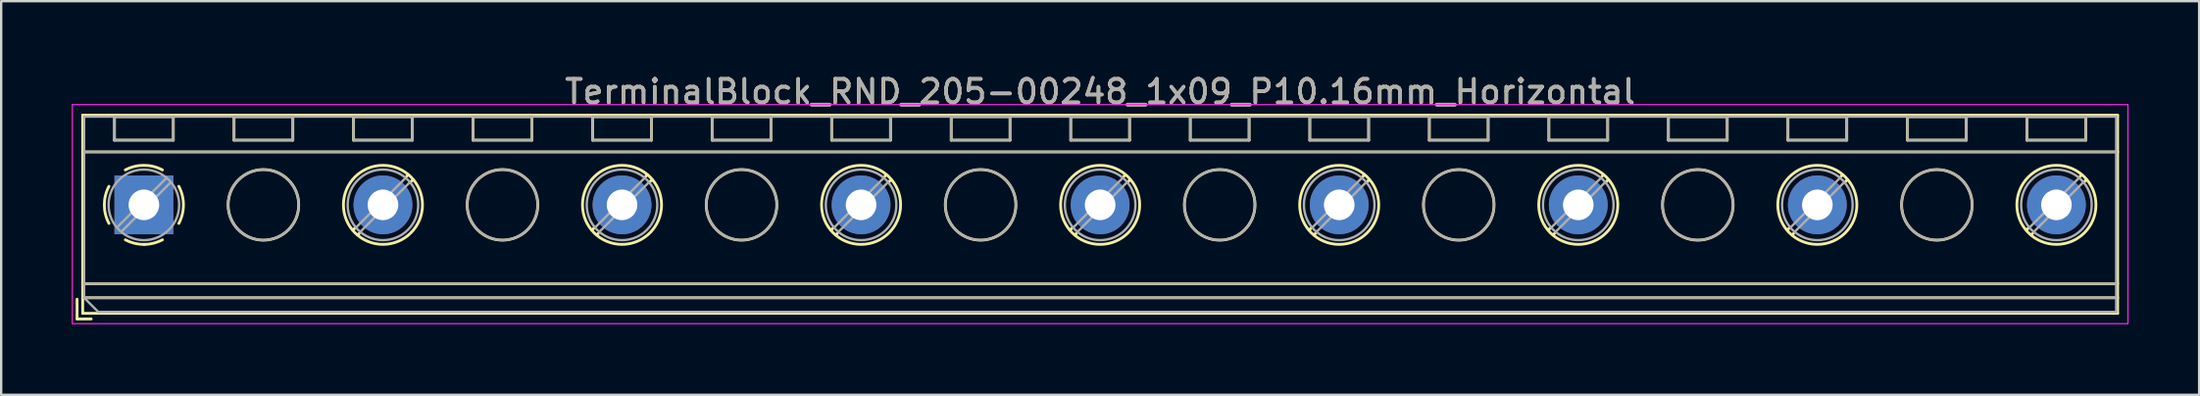
<source format=kicad_pcb>
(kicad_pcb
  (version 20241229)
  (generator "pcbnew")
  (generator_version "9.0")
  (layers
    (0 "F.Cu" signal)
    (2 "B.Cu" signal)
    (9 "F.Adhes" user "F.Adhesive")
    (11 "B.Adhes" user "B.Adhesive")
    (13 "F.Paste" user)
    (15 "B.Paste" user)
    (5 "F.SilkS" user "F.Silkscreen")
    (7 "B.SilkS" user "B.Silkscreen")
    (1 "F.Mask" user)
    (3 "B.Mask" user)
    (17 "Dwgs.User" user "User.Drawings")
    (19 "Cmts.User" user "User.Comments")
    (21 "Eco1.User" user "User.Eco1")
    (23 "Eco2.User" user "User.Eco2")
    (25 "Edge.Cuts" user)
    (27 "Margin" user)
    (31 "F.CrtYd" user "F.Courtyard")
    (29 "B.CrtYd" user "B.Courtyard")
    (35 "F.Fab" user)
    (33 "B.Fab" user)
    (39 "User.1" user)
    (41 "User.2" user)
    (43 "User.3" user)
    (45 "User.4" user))
  (footprint "TerminalBlock_RND_205-00248_1x09_P10.16mm_Horizontal"
    (layer "F.Cu")
    (at 3.065 5.658)
    (property "Reference" "TerminalBlock_RND_205-00248_1x09_P10.16mm_Horizontal" (at 40.64 -4.81 0) (layer "F.SilkS") (effects (font (size 1 1) (thickness 0.15))))
    (attr through_hole)
    (fp_line (start -2.84 4.01) (end -2.84 4.85) (stroke (width 0.12) (type solid)) (layer "F.SilkS"))
    (fp_line (start -2.84 4.85) (end -2.24 4.85) (stroke (width 0.12) (type solid)) (layer "F.SilkS"))
    (fp_line (start -2.6 -3.811) (end -2.6 4.61) (stroke (width 0.12) (type solid)) (layer "F.SilkS"))
    (fp_line (start -2.6 -3.811) (end 83.881 -3.811) (stroke (width 0.12) (type solid)) (layer "F.SilkS"))
    (fp_line (start -2.6 -2.251) (end 83.881 -2.251) (stroke (width 0.12) (type solid)) (layer "F.SilkS"))
    (fp_line (start -2.6 3.35) (end 83.881 3.35) (stroke (width 0.12) (type solid)) (layer "F.SilkS"))
    (fp_line (start -2.6 3.95) (end 83.881 3.95) (stroke (width 0.12) (type solid)) (layer "F.SilkS"))
    (fp_line (start -2.6 4.61) (end 83.881 4.61) (stroke (width 0.12) (type solid)) (layer "F.SilkS"))
    (fp_line (start -1.25 -3.751) (end -1.25 -2.751) (stroke (width 0.12) (type solid)) (layer "F.SilkS"))
    (fp_line (start -1.25 -3.751) (end 1.25 -3.751) (stroke (width 0.12) (type solid)) (layer "F.SilkS"))
    (fp_line (start -1.25 -2.751) (end 1.25 -2.751) (stroke (width 0.12) (type solid)) (layer "F.SilkS"))
    (fp_line (start 1.25 -3.751) (end 1.25 -2.751) (stroke (width 0.12) (type solid)) (layer "F.SilkS"))
    (fp_line (start 3.83 -3.751) (end 3.83 -2.751) (stroke (width 0.12) (type solid)) (layer "F.SilkS"))
    (fp_line (start 3.83 -3.751) (end 6.33 -3.751) (stroke (width 0.12) (type solid)) (layer "F.SilkS"))
    (fp_line (start 3.83 -2.751) (end 6.33 -2.751) (stroke (width 0.12) (type solid)) (layer "F.SilkS"))
    (fp_line (start 6.33 -3.751) (end 6.33 -2.751) (stroke (width 0.12) (type solid)) (layer "F.SilkS"))
    (fp_line (start 8.91 -3.751) (end 8.91 -2.751) (stroke (width 0.12) (type solid)) (layer "F.SilkS"))
    (fp_line (start 8.91 -3.751) (end 11.41 -3.751) (stroke (width 0.12) (type solid)) (layer "F.SilkS"))
    (fp_line (start 8.91 -2.751) (end 11.41 -2.751) (stroke (width 0.12) (type solid)) (layer "F.SilkS"))
    (fp_line (start 8.98 0.976) (end 8.886 1.069) (stroke (width 0.12) (type solid)) (layer "F.SilkS"))
    (fp_line (start 9.15 1.216) (end 9.091 1.274) (stroke (width 0.12) (type solid)) (layer "F.SilkS"))
    (fp_line (start 11.23 -1.275) (end 11.171 -1.216) (stroke (width 0.12) (type solid)) (layer "F.SilkS"))
    (fp_line (start 11.41 -3.751) (end 11.41 -2.751) (stroke (width 0.12) (type solid)) (layer "F.SilkS"))
    (fp_line (start 11.435 -1.069) (end 11.341 -0.976) (stroke (width 0.12) (type solid)) (layer "F.SilkS"))
    (fp_line (start 13.99 -3.751) (end 13.99 -2.751) (stroke (width 0.12) (type solid)) (layer "F.SilkS"))
    (fp_line (start 13.99 -3.751) (end 16.49 -3.751) (stroke (width 0.12) (type solid)) (layer "F.SilkS"))
    (fp_line (start 13.99 -2.751) (end 16.49 -2.751) (stroke (width 0.12) (type solid)) (layer "F.SilkS"))
    (fp_line (start 16.49 -3.751) (end 16.49 -2.751) (stroke (width 0.12) (type solid)) (layer "F.SilkS"))
    (fp_line (start 19.07 -3.751) (end 19.07 -2.751) (stroke (width 0.12) (type solid)) (layer "F.SilkS"))
    (fp_line (start 19.07 -3.751) (end 21.57 -3.751) (stroke (width 0.12) (type solid)) (layer "F.SilkS"))
    (fp_line (start 19.07 -2.751) (end 21.57 -2.751) (stroke (width 0.12) (type solid)) (layer "F.SilkS"))
    (fp_line (start 19.14 0.976) (end 19.046 1.069) (stroke (width 0.12) (type solid)) (layer "F.SilkS"))
    (fp_line (start 19.31 1.216) (end 19.251 1.274) (stroke (width 0.12) (type solid)) (layer "F.SilkS"))
    (fp_line (start 21.39 -1.275) (end 21.331 -1.216) (stroke (width 0.12) (type solid)) (layer "F.SilkS"))
    (fp_line (start 21.57 -3.751) (end 21.57 -2.751) (stroke (width 0.12) (type solid)) (layer "F.SilkS"))
    (fp_line (start 21.595 -1.069) (end 21.501 -0.976) (stroke (width 0.12) (type solid)) (layer "F.SilkS"))
    (fp_line (start 24.15 -3.751) (end 24.15 -2.751) (stroke (width 0.12) (type solid)) (layer "F.SilkS"))
    (fp_line (start 24.15 -3.751) (end 26.65 -3.751) (stroke (width 0.12) (type solid)) (layer "F.SilkS"))
    (fp_line (start 24.15 -2.751) (end 26.65 -2.751) (stroke (width 0.12) (type solid)) (layer "F.SilkS"))
    (fp_line (start 26.65 -3.751) (end 26.65 -2.751) (stroke (width 0.12) (type solid)) (layer "F.SilkS"))
    (fp_line (start 29.23 -3.751) (end 29.23 -2.751) (stroke (width 0.12) (type solid)) (layer "F.SilkS"))
    (fp_line (start 29.23 -3.751) (end 31.73 -3.751) (stroke (width 0.12) (type solid)) (layer "F.SilkS"))
    (fp_line (start 29.23 -2.751) (end 31.73 -2.751) (stroke (width 0.12) (type solid)) (layer "F.SilkS"))
    (fp_line (start 29.3 0.976) (end 29.206 1.069) (stroke (width 0.12) (type solid)) (layer "F.SilkS"))
    (fp_line (start 29.47 1.216) (end 29.411 1.274) (stroke (width 0.12) (type solid)) (layer "F.SilkS"))
    (fp_line (start 31.55 -1.275) (end 31.491 -1.216) (stroke (width 0.12) (type solid)) (layer "F.SilkS"))
    (fp_line (start 31.73 -3.751) (end 31.73 -2.751) (stroke (width 0.12) (type solid)) (layer "F.SilkS"))
    (fp_line (start 31.755 -1.069) (end 31.661 -0.976) (stroke (width 0.12) (type solid)) (layer "F.SilkS"))
    (fp_line (start 34.31 -3.751) (end 34.31 -2.751) (stroke (width 0.12) (type solid)) (layer "F.SilkS"))
    (fp_line (start 34.31 -3.751) (end 36.81 -3.751) (stroke (width 0.12) (type solid)) (layer "F.SilkS"))
    (fp_line (start 34.31 -2.751) (end 36.81 -2.751) (stroke (width 0.12) (type solid)) (layer "F.SilkS"))
    (fp_line (start 36.81 -3.751) (end 36.81 -2.751) (stroke (width 0.12) (type solid)) (layer "F.SilkS"))
    (fp_line (start 39.39 -3.751) (end 39.39 -2.751) (stroke (width 0.12) (type solid)) (layer "F.SilkS"))
    (fp_line (start 39.39 -3.751) (end 41.89 -3.751) (stroke (width 0.12) (type solid)) (layer "F.SilkS"))
    (fp_line (start 39.39 -2.751) (end 41.89 -2.751) (stroke (width 0.12) (type solid)) (layer "F.SilkS"))
    (fp_line (start 39.46 0.976) (end 39.366 1.069) (stroke (width 0.12) (type solid)) (layer "F.SilkS"))
    (fp_line (start 39.63 1.216) (end 39.571 1.274) (stroke (width 0.12) (type solid)) (layer "F.SilkS"))
    (fp_line (start 41.71 -1.275) (end 41.651 -1.216) (stroke (width 0.12) (type solid)) (layer "F.SilkS"))
    (fp_line (start 41.89 -3.751) (end 41.89 -2.751) (stroke (width 0.12) (type solid)) (layer "F.SilkS"))
    (fp_line (start 41.915 -1.069) (end 41.821 -0.976) (stroke (width 0.12) (type solid)) (layer "F.SilkS"))
    (fp_line (start 44.47 -3.751) (end 44.47 -2.751) (stroke (width 0.12) (type solid)) (layer "F.SilkS"))
    (fp_line (start 44.47 -3.751) (end 46.97 -3.751) (stroke (width 0.12) (type solid)) (layer "F.SilkS"))
    (fp_line (start 44.47 -2.751) (end 46.97 -2.751) (stroke (width 0.12) (type solid)) (layer "F.SilkS"))
    (fp_line (start 46.97 -3.751) (end 46.97 -2.751) (stroke (width 0.12) (type solid)) (layer "F.SilkS"))
    (fp_line (start 49.55 -3.751) (end 49.55 -2.751) (stroke (width 0.12) (type solid)) (layer "F.SilkS"))
    (fp_line (start 49.55 -3.751) (end 52.05 -3.751) (stroke (width 0.12) (type solid)) (layer "F.SilkS"))
    (fp_line (start 49.55 -2.751) (end 52.05 -2.751) (stroke (width 0.12) (type solid)) (layer "F.SilkS"))
    (fp_line (start 49.62 0.976) (end 49.526 1.069) (stroke (width 0.12) (type solid)) (layer "F.SilkS"))
    (fp_line (start 49.79 1.216) (end 49.731 1.274) (stroke (width 0.12) (type solid)) (layer "F.SilkS"))
    (fp_line (start 51.87 -1.275) (end 51.811 -1.216) (stroke (width 0.12) (type solid)) (layer "F.SilkS"))
    (fp_line (start 52.05 -3.751) (end 52.05 -2.751) (stroke (width 0.12) (type solid)) (layer "F.SilkS"))
    (fp_line (start 52.075 -1.069) (end 51.981 -0.976) (stroke (width 0.12) (type solid)) (layer "F.SilkS"))
    (fp_line (start 54.63 -3.751) (end 54.63 -2.751) (stroke (width 0.12) (type solid)) (layer "F.SilkS"))
    (fp_line (start 54.63 -3.751) (end 57.13 -3.751) (stroke (width 0.12) (type solid)) (layer "F.SilkS"))
    (fp_line (start 54.63 -2.751) (end 57.13 -2.751) (stroke (width 0.12) (type solid)) (layer "F.SilkS"))
    (fp_line (start 57.13 -3.751) (end 57.13 -2.751) (stroke (width 0.12) (type solid)) (layer "F.SilkS"))
    (fp_line (start 59.71 -3.751) (end 59.71 -2.751) (stroke (width 0.12) (type solid)) (layer "F.SilkS"))
    (fp_line (start 59.71 -3.751) (end 62.21 -3.751) (stroke (width 0.12) (type solid)) (layer "F.SilkS"))
    (fp_line (start 59.71 -2.751) (end 62.21 -2.751) (stroke (width 0.12) (type solid)) (layer "F.SilkS"))
    (fp_line (start 59.78 0.976) (end 59.686 1.069) (stroke (width 0.12) (type solid)) (layer "F.SilkS"))
    (fp_line (start 59.95 1.216) (end 59.891 1.274) (stroke (width 0.12) (type solid)) (layer "F.SilkS"))
    (fp_line (start 62.03 -1.275) (end 61.971 -1.216) (stroke (width 0.12) (type solid)) (layer "F.SilkS"))
    (fp_line (start 62.21 -3.751) (end 62.21 -2.751) (stroke (width 0.12) (type solid)) (layer "F.SilkS"))
    (fp_line (start 62.235 -1.069) (end 62.141 -0.976) (stroke (width 0.12) (type solid)) (layer "F.SilkS"))
    (fp_line (start 64.791 -3.751) (end 64.791 -2.751) (stroke (width 0.12) (type solid)) (layer "F.SilkS"))
    (fp_line (start 64.791 -3.751) (end 67.29 -3.751) (stroke (width 0.12) (type solid)) (layer "F.SilkS"))
    (fp_line (start 64.791 -2.751) (end 67.29 -2.751) (stroke (width 0.12) (type solid)) (layer "F.SilkS"))
    (fp_line (start 67.29 -3.751) (end 67.29 -2.751) (stroke (width 0.12) (type solid)) (layer "F.SilkS"))
    (fp_line (start 69.87 -3.751) (end 69.87 -2.751) (stroke (width 0.12) (type solid)) (layer "F.SilkS"))
    (fp_line (start 69.87 -3.751) (end 72.37 -3.751) (stroke (width 0.12) (type solid)) (layer "F.SilkS"))
    (fp_line (start 69.87 -2.751) (end 72.37 -2.751) (stroke (width 0.12) (type solid)) (layer "F.SilkS"))
    (fp_line (start 69.94 0.976) (end 69.846 1.069) (stroke (width 0.12) (type solid)) (layer "F.SilkS"))
    (fp_line (start 70.11 1.216) (end 70.051 1.274) (stroke (width 0.12) (type solid)) (layer "F.SilkS"))
    (fp_line (start 72.19 -1.275) (end 72.131 -1.216) (stroke (width 0.12) (type solid)) (layer "F.SilkS"))
    (fp_line (start 72.37 -3.751) (end 72.37 -2.751) (stroke (width 0.12) (type solid)) (layer "F.SilkS"))
    (fp_line (start 72.395 -1.069) (end 72.301 -0.976) (stroke (width 0.12) (type solid)) (layer "F.SilkS"))
    (fp_line (start 74.95 -3.751) (end 74.95 -2.751) (stroke (width 0.12) (type solid)) (layer "F.SilkS"))
    (fp_line (start 74.95 -3.751) (end 77.45 -3.751) (stroke (width 0.12) (type solid)) (layer "F.SilkS"))
    (fp_line (start 74.95 -2.751) (end 77.45 -2.751) (stroke (width 0.12) (type solid)) (layer "F.SilkS"))
    (fp_line (start 77.45 -3.751) (end 77.45 -2.751) (stroke (width 0.12) (type solid)) (layer "F.SilkS"))
    (fp_line (start 80.03 -3.751) (end 80.03 -2.751) (stroke (width 0.12) (type solid)) (layer "F.SilkS"))
    (fp_line (start 80.03 -3.751) (end 82.53 -3.751) (stroke (width 0.12) (type solid)) (layer "F.SilkS"))
    (fp_line (start 80.03 -2.751) (end 82.53 -2.751) (stroke (width 0.12) (type solid)) (layer "F.SilkS"))
    (fp_line (start 80.1 0.976) (end 80.006 1.069) (stroke (width 0.12) (type solid)) (layer "F.SilkS"))
    (fp_line (start 80.27 1.216) (end 80.211 1.274) (stroke (width 0.12) (type solid)) (layer "F.SilkS"))
    (fp_line (start 82.35 -1.275) (end 82.291 -1.216) (stroke (width 0.12) (type solid)) (layer "F.SilkS"))
    (fp_line (start 82.53 -3.751) (end 82.53 -2.751) (stroke (width 0.12) (type solid)) (layer "F.SilkS"))
    (fp_line (start 82.555 -1.069) (end 82.461 -0.976) (stroke (width 0.12) (type solid)) (layer "F.SilkS"))
    (fp_line (start 83.881 -3.811) (end 83.881 4.61) (stroke (width 0.12) (type solid)) (layer "F.SilkS"))
    (fp_arc (start -1.483953 0.789089) (mid -1.680708 0.00005) (end -1.484 -0.789) (stroke (width 0.12) (type solid)) (layer "F.SilkS"))
    (fp_arc (start -0.789089 -1.483953) (mid -0.00005 -1.680708) (end 0.789 -1.484) (stroke (width 0.12) (type solid)) (layer "F.SilkS"))
    (fp_arc (start 0.029383 1.68045) (mid -0.392304 1.634281) (end -0.789 1.484) (stroke (width 0.12) (type solid)) (layer "F.SilkS"))
    (fp_arc (start 0.788712 1.483352) (mid 0.406429 1.630097) (end 0 1.68) (stroke (width 0.12) (type solid)) (layer "F.SilkS"))
    (fp_arc (start 1.483953 -0.789089) (mid 1.680708 -0.00005) (end 1.484 0.789) (stroke (width 0.12) (type solid)) (layer "F.SilkS"))
    (fp_circle (center 5.08 0) (end 6.58 0) (stroke (width 0.12) (type solid)) (fill no) (layer "F.SilkS"))
    (fp_circle (center 10.16 0) (end 11.84 0) (stroke (width 0.12) (type solid)) (fill no) (layer "F.SilkS"))
    (fp_circle (center 15.24 0) (end 16.74 0) (stroke (width 0.12) (type solid)) (fill no) (layer "F.SilkS"))
    (fp_circle (center 20.32 0) (end 22 0) (stroke (width 0.12) (type solid)) (fill no) (layer "F.SilkS"))
    (fp_circle (center 25.4 0) (end 26.9 0) (stroke (width 0.12) (type solid)) (fill no) (layer "F.SilkS"))
    (fp_circle (center 30.48 0) (end 32.16 0) (stroke (width 0.12) (type solid)) (fill no) (layer "F.SilkS"))
    (fp_circle (center 35.56 0) (end 37.06 0) (stroke (width 0.12) (type solid)) (fill no) (layer "F.SilkS"))
    (fp_circle (center 40.64 0) (end 42.32 0) (stroke (width 0.12) (type solid)) (fill no) (layer "F.SilkS"))
    (fp_circle (center 45.72 0) (end 47.22 0) (stroke (width 0.12) (type solid)) (fill no) (layer "F.SilkS"))
    (fp_circle (center 50.8 0) (end 52.48 0) (stroke (width 0.12) (type solid)) (fill no) (layer "F.SilkS"))
    (fp_circle (center 55.88 0) (end 57.38 0) (stroke (width 0.12) (type solid)) (fill no) (layer "F.SilkS"))
    (fp_circle (center 60.96 0) (end 62.64 0) (stroke (width 0.12) (type solid)) (fill no) (layer "F.SilkS"))
    (fp_circle (center 66.04 0) (end 67.54 0) (stroke (width 0.12) (type solid)) (fill no) (layer "F.SilkS"))
    (fp_circle (center 71.12 0) (end 72.8 0) (stroke (width 0.12) (type solid)) (fill no) (layer "F.SilkS"))
    (fp_circle (center 76.2 0) (end 77.7 0) (stroke (width 0.12) (type solid)) (fill no) (layer "F.SilkS"))
    (fp_circle (center 81.28 0) (end 82.96 0) (stroke (width 0.12) (type solid)) (fill no) (layer "F.SilkS"))
    (fp_line (start -3.04 -4.26) (end -3.04 5.05) (stroke (width 0.05) (type solid)) (layer "F.CrtYd"))
    (fp_line (start -3.04 5.05) (end 84.32 5.05) (stroke (width 0.05) (type solid)) (layer "F.CrtYd"))
    (fp_line (start 84.32 -4.26) (end -3.04 -4.26) (stroke (width 0.05) (type solid)) (layer "F.CrtYd"))
    (fp_line (start 84.32 5.05) (end 84.32 -4.26) (stroke (width 0.05) (type solid)) (layer "F.CrtYd"))
    (fp_line (start -2.54 -3.75) (end 83.82 -3.75) (stroke (width 0.1) (type solid)) (layer "F.Fab"))
    (fp_line (start -2.54 -2.25) (end 83.82 -2.25) (stroke (width 0.1) (type solid)) (layer "F.Fab"))
    (fp_line (start -2.54 3.35) (end 83.82 3.35) (stroke (width 0.1) (type solid)) (layer "F.Fab"))
    (fp_line (start -2.54 3.95) (end -2.54 -3.75) (stroke (width 0.1) (type solid)) (layer "F.Fab"))
    (fp_line (start -2.54 3.95) (end 83.82 3.95) (stroke (width 0.1) (type solid)) (layer "F.Fab"))
    (fp_line (start -1.94 4.55) (end -2.54 3.95) (stroke (width 0.1) (type solid)) (layer "F.Fab"))
    (fp_line (start -1.25 -3.75) (end -1.25 -2.75) (stroke (width 0.1) (type solid)) (layer "F.Fab"))
    (fp_line (start -1.25 -2.75) (end 1.25 -2.75) (stroke (width 0.1) (type solid)) (layer "F.Fab"))
    (fp_line (start 0.955 -1.138) (end -1.138 0.955) (stroke (width 0.1) (type solid)) (layer "F.Fab"))
    (fp_line (start 1.138 -0.955) (end -0.955 1.138) (stroke (width 0.1) (type solid)) (layer "F.Fab"))
    (fp_line (start 1.25 -3.75) (end -1.25 -3.75) (stroke (width 0.1) (type solid)) (layer "F.Fab"))
    (fp_line (start 1.25 -2.75) (end 1.25 -3.75) (stroke (width 0.1) (type solid)) (layer "F.Fab"))
    (fp_line (start 3.83 -3.75) (end 3.83 -2.75) (stroke (width 0.1) (type solid)) (layer "F.Fab"))
    (fp_line (start 3.83 -2.75) (end 6.33 -2.75) (stroke (width 0.1) (type solid)) (layer "F.Fab"))
    (fp_line (start 6.33 -3.75) (end 3.83 -3.75) (stroke (width 0.1) (type solid)) (layer "F.Fab"))
    (fp_line (start 6.33 -2.75) (end 6.33 -3.75) (stroke (width 0.1) (type solid)) (layer "F.Fab"))
    (fp_line (start 8.91 -3.75) (end 8.91 -2.75) (stroke (width 0.1) (type solid)) (layer "F.Fab"))
    (fp_line (start 8.91 -2.75) (end 11.41 -2.75) (stroke (width 0.1) (type solid)) (layer "F.Fab"))
    (fp_line (start 11.115 -1.138) (end 9.023 0.955) (stroke (width 0.1) (type solid)) (layer "F.Fab"))
    (fp_line (start 11.298 -0.955) (end 9.206 1.138) (stroke (width 0.1) (type solid)) (layer "F.Fab"))
    (fp_line (start 11.41 -3.75) (end 8.91 -3.75) (stroke (width 0.1) (type solid)) (layer "F.Fab"))
    (fp_line (start 11.41 -2.75) (end 11.41 -3.75) (stroke (width 0.1) (type solid)) (layer "F.Fab"))
    (fp_line (start 13.99 -3.75) (end 13.99 -2.75) (stroke (width 0.1) (type solid)) (layer "F.Fab"))
    (fp_line (start 13.99 -2.75) (end 16.49 -2.75) (stroke (width 0.1) (type solid)) (layer "F.Fab"))
    (fp_line (start 16.49 -3.75) (end 13.99 -3.75) (stroke (width 0.1) (type solid)) (layer "F.Fab"))
    (fp_line (start 16.49 -2.75) (end 16.49 -3.75) (stroke (width 0.1) (type solid)) (layer "F.Fab"))
    (fp_line (start 19.07 -3.75) (end 19.07 -2.75) (stroke (width 0.1) (type solid)) (layer "F.Fab"))
    (fp_line (start 19.07 -2.75) (end 21.57 -2.75) (stroke (width 0.1) (type solid)) (layer "F.Fab"))
    (fp_line (start 21.275 -1.138) (end 19.183 0.955) (stroke (width 0.1) (type solid)) (layer "F.Fab"))
    (fp_line (start 21.458 -0.955) (end 19.366 1.138) (stroke (width 0.1) (type solid)) (layer "F.Fab"))
    (fp_line (start 21.57 -3.75) (end 19.07 -3.75) (stroke (width 0.1) (type solid)) (layer "F.Fab"))
    (fp_line (start 21.57 -2.75) (end 21.57 -3.75) (stroke (width 0.1) (type solid)) (layer "F.Fab"))
    (fp_line (start 24.15 -3.75) (end 24.15 -2.75) (stroke (width 0.1) (type solid)) (layer "F.Fab"))
    (fp_line (start 24.15 -2.75) (end 26.65 -2.75) (stroke (width 0.1) (type solid)) (layer "F.Fab"))
    (fp_line (start 26.65 -3.75) (end 24.15 -3.75) (stroke (width 0.1) (type solid)) (layer "F.Fab"))
    (fp_line (start 26.65 -2.75) (end 26.65 -3.75) (stroke (width 0.1) (type solid)) (layer "F.Fab"))
    (fp_line (start 29.23 -3.75) (end 29.23 -2.75) (stroke (width 0.1) (type solid)) (layer "F.Fab"))
    (fp_line (start 29.23 -2.75) (end 31.73 -2.75) (stroke (width 0.1) (type solid)) (layer "F.Fab"))
    (fp_line (start 31.435 -1.138) (end 29.343 0.955) (stroke (width 0.1) (type solid)) (layer "F.Fab"))
    (fp_line (start 31.618 -0.955) (end 29.526 1.138) (stroke (width 0.1) (type solid)) (layer "F.Fab"))
    (fp_line (start 31.73 -3.75) (end 29.23 -3.75) (stroke (width 0.1) (type solid)) (layer "F.Fab"))
    (fp_line (start 31.73 -2.75) (end 31.73 -3.75) (stroke (width 0.1) (type solid)) (layer "F.Fab"))
    (fp_line (start 34.31 -3.75) (end 34.31 -2.75) (stroke (width 0.1) (type solid)) (layer "F.Fab"))
    (fp_line (start 34.31 -2.75) (end 36.81 -2.75) (stroke (width 0.1) (type solid)) (layer "F.Fab"))
    (fp_line (start 36.81 -3.75) (end 34.31 -3.75) (stroke (width 0.1) (type solid)) (layer "F.Fab"))
    (fp_line (start 36.81 -2.75) (end 36.81 -3.75) (stroke (width 0.1) (type solid)) (layer "F.Fab"))
    (fp_line (start 39.39 -3.75) (end 39.39 -2.75) (stroke (width 0.1) (type solid)) (layer "F.Fab"))
    (fp_line (start 39.39 -2.75) (end 41.89 -2.75) (stroke (width 0.1) (type solid)) (layer "F.Fab"))
    (fp_line (start 41.595 -1.138) (end 39.503 0.955) (stroke (width 0.1) (type solid)) (layer "F.Fab"))
    (fp_line (start 41.778 -0.955) (end 39.686 1.138) (stroke (width 0.1) (type solid)) (layer "F.Fab"))
    (fp_line (start 41.89 -3.75) (end 39.39 -3.75) (stroke (width 0.1) (type solid)) (layer "F.Fab"))
    (fp_line (start 41.89 -2.75) (end 41.89 -3.75) (stroke (width 0.1) (type solid)) (layer "F.Fab"))
    (fp_line (start 44.47 -3.75) (end 44.47 -2.75) (stroke (width 0.1) (type solid)) (layer "F.Fab"))
    (fp_line (start 44.47 -2.75) (end 46.97 -2.75) (stroke (width 0.1) (type solid)) (layer "F.Fab"))
    (fp_line (start 46.97 -3.75) (end 44.47 -3.75) (stroke (width 0.1) (type solid)) (layer "F.Fab"))
    (fp_line (start 46.97 -2.75) (end 46.97 -3.75) (stroke (width 0.1) (type solid)) (layer "F.Fab"))
    (fp_line (start 49.55 -3.75) (end 49.55 -2.75) (stroke (width 0.1) (type solid)) (layer "F.Fab"))
    (fp_line (start 49.55 -2.75) (end 52.05 -2.75) (stroke (width 0.1) (type solid)) (layer "F.Fab"))
    (fp_line (start 51.755 -1.138) (end 49.663 0.955) (stroke (width 0.1) (type solid)) (layer "F.Fab"))
    (fp_line (start 51.938 -0.955) (end 49.846 1.138) (stroke (width 0.1) (type solid)) (layer "F.Fab"))
    (fp_line (start 52.05 -3.75) (end 49.55 -3.75) (stroke (width 0.1) (type solid)) (layer "F.Fab"))
    (fp_line (start 52.05 -2.75) (end 52.05 -3.75) (stroke (width 0.1) (type solid)) (layer "F.Fab"))
    (fp_line (start 54.63 -3.75) (end 54.63 -2.75) (stroke (width 0.1) (type solid)) (layer "F.Fab"))
    (fp_line (start 54.63 -2.75) (end 57.13 -2.75) (stroke (width 0.1) (type solid)) (layer "F.Fab"))
    (fp_line (start 57.13 -3.75) (end 54.63 -3.75) (stroke (width 0.1) (type solid)) (layer "F.Fab"))
    (fp_line (start 57.13 -2.75) (end 57.13 -3.75) (stroke (width 0.1) (type solid)) (layer "F.Fab"))
    (fp_line (start 59.71 -3.75) (end 59.71 -2.75) (stroke (width 0.1) (type solid)) (layer "F.Fab"))
    (fp_line (start 59.71 -2.75) (end 62.21 -2.75) (stroke (width 0.1) (type solid)) (layer "F.Fab"))
    (fp_line (start 61.915 -1.138) (end 59.823 0.955) (stroke (width 0.1) (type solid)) (layer "F.Fab"))
    (fp_line (start 62.098 -0.955) (end 60.006 1.138) (stroke (width 0.1) (type solid)) (layer "F.Fab"))
    (fp_line (start 62.21 -3.75) (end 59.71 -3.75) (stroke (width 0.1) (type solid)) (layer "F.Fab"))
    (fp_line (start 62.21 -2.75) (end 62.21 -3.75) (stroke (width 0.1) (type solid)) (layer "F.Fab"))
    (fp_line (start 64.79 -3.75) (end 64.79 -2.75) (stroke (width 0.1) (type solid)) (layer "F.Fab"))
    (fp_line (start 64.79 -2.75) (end 67.29 -2.75) (stroke (width 0.1) (type solid)) (layer "F.Fab"))
    (fp_line (start 67.29 -3.75) (end 64.79 -3.75) (stroke (width 0.1) (type solid)) (layer "F.Fab"))
    (fp_line (start 67.29 -2.75) (end 67.29 -3.75) (stroke (width 0.1) (type solid)) (layer "F.Fab"))
    (fp_line (start 69.87 -3.75) (end 69.87 -2.75) (stroke (width 0.1) (type solid)) (layer "F.Fab"))
    (fp_line (start 69.87 -2.75) (end 72.37 -2.75) (stroke (width 0.1) (type solid)) (layer "F.Fab"))
    (fp_line (start 72.075 -1.138) (end 69.983 0.955) (stroke (width 0.1) (type solid)) (layer "F.Fab"))
    (fp_line (start 72.258 -0.955) (end 70.166 1.138) (stroke (width 0.1) (type solid)) (layer "F.Fab"))
    (fp_line (start 72.37 -3.75) (end 69.87 -3.75) (stroke (width 0.1) (type solid)) (layer "F.Fab"))
    (fp_line (start 72.37 -2.75) (end 72.37 -3.75) (stroke (width 0.1) (type solid)) (layer "F.Fab"))
    (fp_line (start 74.95 -3.75) (end 74.95 -2.75) (stroke (width 0.1) (type solid)) (layer "F.Fab"))
    (fp_line (start 74.95 -2.75) (end 77.45 -2.75) (stroke (width 0.1) (type solid)) (layer "F.Fab"))
    (fp_line (start 77.45 -3.75) (end 74.95 -3.75) (stroke (width 0.1) (type solid)) (layer "F.Fab"))
    (fp_line (start 77.45 -2.75) (end 77.45 -3.75) (stroke (width 0.1) (type solid)) (layer "F.Fab"))
    (fp_line (start 80.03 -3.75) (end 80.03 -2.75) (stroke (width 0.1) (type solid)) (layer "F.Fab"))
    (fp_line (start 80.03 -2.75) (end 82.53 -2.75) (stroke (width 0.1) (type solid)) (layer "F.Fab"))
    (fp_line (start 82.235 -1.138) (end 80.143 0.955) (stroke (width 0.1) (type solid)) (layer "F.Fab"))
    (fp_line (start 82.418 -0.955) (end 80.326 1.138) (stroke (width 0.1) (type solid)) (layer "F.Fab"))
    (fp_line (start 82.53 -3.75) (end 80.03 -3.75) (stroke (width 0.1) (type solid)) (layer "F.Fab"))
    (fp_line (start 82.53 -2.75) (end 82.53 -3.75) (stroke (width 0.1) (type solid)) (layer "F.Fab"))
    (fp_line (start 83.82 -3.75) (end 83.82 4.55) (stroke (width 0.1) (type solid)) (layer "F.Fab"))
    (fp_line (start 83.82 4.55) (end -1.94 4.55) (stroke (width 0.1) (type solid)) (layer "F.Fab"))
    (fp_circle (center 0 0) (end 1.5 0) (stroke (width 0.1) (type solid)) (fill no) (layer "F.Fab"))
    (fp_circle (center 5.08 0) (end 6.58 0) (stroke (width 0.1) (type solid)) (fill no) (layer "F.Fab"))
    (fp_circle (center 10.16 0) (end 11.66 0) (stroke (width 0.1) (type solid)) (fill no) (layer "F.Fab"))
    (fp_circle (center 15.24 0) (end 16.74 0) (stroke (width 0.1) (type solid)) (fill no) (layer "F.Fab"))
    (fp_circle (center 20.32 0) (end 21.82 0) (stroke (width 0.1) (type solid)) (fill no) (layer "F.Fab"))
    (fp_circle (center 25.4 0) (end 26.9 0) (stroke (width 0.1) (type solid)) (fill no) (layer "F.Fab"))
    (fp_circle (center 30.48 0) (end 31.98 0) (stroke (width 0.1) (type solid)) (fill no) (layer "F.Fab"))
    (fp_circle (center 35.56 0) (end 37.06 0) (stroke (width 0.1) (type solid)) (fill no) (layer "F.Fab"))
    (fp_circle (center 40.64 0) (end 42.14 0) (stroke (width 0.1) (type solid)) (fill no) (layer "F.Fab"))
    (fp_circle (center 45.72 0) (end 47.22 0) (stroke (width 0.1) (type solid)) (fill no) (layer "F.Fab"))
    (fp_circle (center 50.8 0) (end 52.3 0) (stroke (width 0.1) (type solid)) (fill no) (layer "F.Fab"))
    (fp_circle (center 55.88 0) (end 57.38 0) (stroke (width 0.1) (type solid)) (fill no) (layer "F.Fab"))
    (fp_circle (center 60.96 0) (end 62.46 0) (stroke (width 0.1) (type solid)) (fill no) (layer "F.Fab"))
    (fp_circle (center 66.04 0) (end 67.54 0) (stroke (width 0.1) (type solid)) (fill no) (layer "F.Fab"))
    (fp_circle (center 71.12 0) (end 72.62 0) (stroke (width 0.1) (type solid)) (fill no) (layer "F.Fab"))
    (fp_circle (center 76.2 0) (end 77.7 0) (stroke (width 0.1) (type solid)) (fill no) (layer "F.Fab"))
    (fp_circle (center 81.28 0) (end 82.78 0) (stroke (width 0.1) (type solid)) (fill no) (layer "F.Fab"))
    (fp_text user "${REFERENCE}" (at 40.64 -4.81 0) (layer "F.Fab") (effects (font (size 1 1) (thickness 0.15))))
    (pad "1" thru_hole rect (at 0 0) (size 2.5 2.5) (drill 1.3) (layers "*.Cu" "*.Mask"))
    (pad "2" thru_hole circle (at 10.16 0) (size 2.5 2.5) (drill 1.3) (layers "*.Cu" "*.Mask"))
    (pad "3" thru_hole circle (at 20.32 0) (size 2.5 2.5) (drill 1.3) (layers "*.Cu" "*.Mask"))
    (pad "4" thru_hole circle (at 30.48 0) (size 2.5 2.5) (drill 1.3) (layers "*.Cu" "*.Mask"))
    (pad "5" thru_hole circle (at 40.64 0) (size 2.5 2.5) (drill 1.3) (layers "*.Cu" "*.Mask"))
    (pad "6" thru_hole circle (at 50.8 0) (size 2.5 2.5) (drill 1.3) (layers "*.Cu" "*.Mask"))
    (pad "7" thru_hole circle (at 60.96 0) (size 2.5 2.5) (drill 1.3) (layers "*.Cu" "*.Mask"))
    (pad "8" thru_hole circle (at 71.12 0) (size 2.5 2.5) (drill 1.3) (layers "*.Cu" "*.Mask"))
    (pad "9" thru_hole circle (at 81.28 0) (size 2.5 2.5) (drill 1.3) (layers "*.Cu" "*.Mask")))
  (gr_rect
    (start -3 -3)
    (end 90.41 13.733)
    (stroke (width 0.1) (type default))
    (fill no)
    (layer "Edge.Cuts")))
</source>
